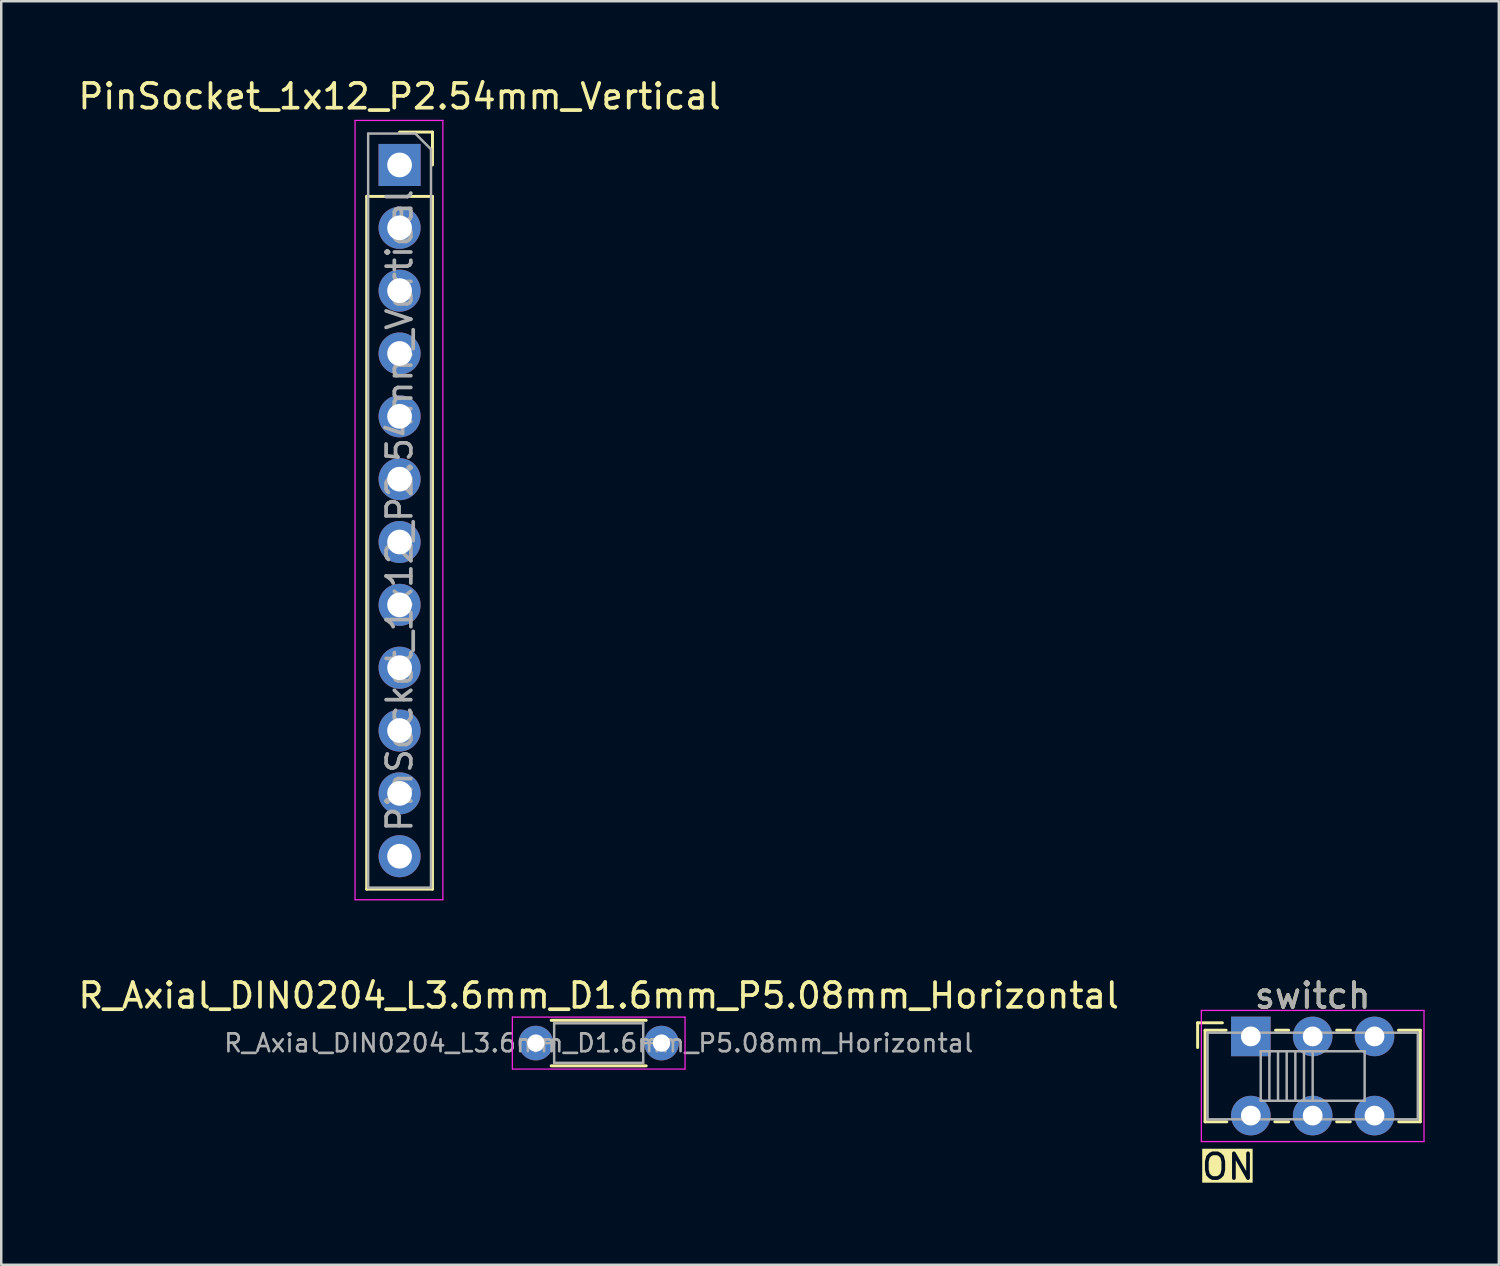
<source format=kicad_pcb>
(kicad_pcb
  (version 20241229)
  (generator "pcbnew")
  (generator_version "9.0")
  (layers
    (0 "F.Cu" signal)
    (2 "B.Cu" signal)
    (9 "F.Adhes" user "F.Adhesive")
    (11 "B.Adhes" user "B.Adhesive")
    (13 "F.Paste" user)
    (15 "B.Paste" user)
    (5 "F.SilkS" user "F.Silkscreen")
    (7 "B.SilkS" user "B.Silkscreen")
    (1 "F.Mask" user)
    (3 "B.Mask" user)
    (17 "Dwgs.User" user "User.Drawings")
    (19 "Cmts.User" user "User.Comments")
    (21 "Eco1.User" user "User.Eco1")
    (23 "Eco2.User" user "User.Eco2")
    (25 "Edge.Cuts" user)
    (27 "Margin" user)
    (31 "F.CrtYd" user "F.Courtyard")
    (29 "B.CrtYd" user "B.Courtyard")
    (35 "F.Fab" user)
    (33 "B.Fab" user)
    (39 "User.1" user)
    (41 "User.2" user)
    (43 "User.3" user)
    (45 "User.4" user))
  (footprint "PinSocket_1x12_P2.54mm_Vertical"
    (layer "F.Cu")
    (at 13.101 3.618)
    (property "Reference" "PinSocket_1x12_P2.54mm_Vertical" (at 0 -2.77 0) (layer "F.SilkS") (effects (font (size 1 1) (thickness 0.15))))
    (attr through_hole)
    (fp_line (start -1.33 1.27) (end -1.33 29.27) (stroke (width 0.12) (type solid)) (layer "F.SilkS"))
    (fp_line (start -1.33 1.27) (end 1.33 1.27) (stroke (width 0.12) (type solid)) (layer "F.SilkS"))
    (fp_line (start -1.33 29.27) (end 1.33 29.27) (stroke (width 0.12) (type solid)) (layer "F.SilkS"))
    (fp_line (start 0 -1.33) (end 1.33 -1.33) (stroke (width 0.12) (type solid)) (layer "F.SilkS"))
    (fp_line (start 1.33 -1.33) (end 1.33 0) (stroke (width 0.12) (type solid)) (layer "F.SilkS"))
    (fp_line (start 1.33 1.27) (end 1.33 29.27) (stroke (width 0.12) (type solid)) (layer "F.SilkS"))
    (fp_line (start -1.8 -1.8) (end 1.75 -1.8) (stroke (width 0.05) (type solid)) (layer "F.CrtYd"))
    (fp_line (start -1.8 29.7) (end -1.8 -1.8) (stroke (width 0.05) (type solid)) (layer "F.CrtYd"))
    (fp_line (start 1.75 -1.8) (end 1.75 29.7) (stroke (width 0.05) (type solid)) (layer "F.CrtYd"))
    (fp_line (start 1.75 29.7) (end -1.8 29.7) (stroke (width 0.05) (type solid)) (layer "F.CrtYd"))
    (fp_line (start -1.27 -1.27) (end 0.635 -1.27) (stroke (width 0.1) (type solid)) (layer "F.Fab"))
    (fp_line (start -1.27 29.21) (end -1.27 -1.27) (stroke (width 0.1) (type solid)) (layer "F.Fab"))
    (fp_line (start 0.635 -1.27) (end 1.27 -0.635) (stroke (width 0.1) (type solid)) (layer "F.Fab"))
    (fp_line (start 1.27 -0.635) (end 1.27 29.21) (stroke (width 0.1) (type solid)) (layer "F.Fab"))
    (fp_line (start 1.27 29.21) (end -1.27 29.21) (stroke (width 0.1) (type solid)) (layer "F.Fab"))
    (fp_text user "${REFERENCE}" (at 0 13.97 90) (layer "F.Fab") (effects (font (size 1 1) (thickness 0.15))))
    (pad "1" thru_hole rect (at 0 0) (size 1.7 1.7) (drill 1) (layers "*.Cu" "*.Mask"))
    (pad "2" thru_hole oval (at 0 2.54) (size 1.7 1.7) (drill 1) (layers "*.Cu" "*.Mask"))
    (pad "3" thru_hole oval (at 0 5.08) (size 1.7 1.7) (drill 1) (layers "*.Cu" "*.Mask"))
    (pad "4" thru_hole oval (at 0 7.62) (size 1.7 1.7) (drill 1) (layers "*.Cu" "*.Mask"))
    (pad "5" thru_hole oval (at 0 10.16) (size 1.7 1.7) (drill 1) (layers "*.Cu" "*.Mask"))
    (pad "6" thru_hole oval (at 0 12.7) (size 1.7 1.7) (drill 1) (layers "*.Cu" "*.Mask"))
    (pad "7" thru_hole oval (at 0 15.24) (size 1.7 1.7) (drill 1) (layers "*.Cu" "*.Mask"))
    (pad "8" thru_hole oval (at 0 17.78) (size 1.7 1.7) (drill 1) (layers "*.Cu" "*.Mask"))
    (pad "9" thru_hole oval (at 0 20.32) (size 1.7 1.7) (drill 1) (layers "*.Cu" "*.Mask"))
    (pad "10" thru_hole oval (at 0 22.86) (size 1.7 1.7) (drill 1) (layers "*.Cu" "*.Mask"))
    (pad "11" thru_hole oval (at 0 25.4) (size 1.7 1.7) (drill 1) (layers "*.Cu" "*.Mask"))
    (pad "12" thru_hole oval (at 0 27.94) (size 1.7 1.7) (drill 1) (layers "*.Cu" "*.Mask")))
  (footprint "switch"
    (layer "F.Cu")
    (at 47.508 38.842)
    (property "Reference" "switch" (at 2.5 -1.65 0) (layer "F.SilkS") (effects (font (size 1 1) (thickness 0.15))))
    (property "POWER" "ON" (at -0.922 5.27 0) (unlocked yes) (layer "F.SilkS" knockout) (effects (font (size 1 1) (thickness 0.15))))
    (attr through_hole)
    (fp_line (start -2.15 -0.55) (end -1.15 -0.55) (stroke (width 0.12) (type solid)) (layer "F.SilkS"))
    (fp_line (start -2.15 0.45) (end -2.15 -0.55) (stroke (width 0.12) (type solid)) (layer "F.SilkS"))
    (fp_line (start -1.85 -0.25) (end -1 -0.25) (stroke (width 0.12) (type solid)) (layer "F.SilkS"))
    (fp_line (start -1.85 3.45) (end -1.85 -0.25) (stroke (width 0.12) (type solid)) (layer "F.SilkS"))
    (fp_line (start -0.97 3.45) (end -1.85 3.45) (stroke (width 0.12) (type solid)) (layer "F.SilkS"))
    (fp_line (start 1 -0.25) (end 1.53 -0.25) (stroke (width 0.12) (type solid)) (layer "F.SilkS"))
    (fp_line (start 1.53 3.45) (end 0.97 3.45) (stroke (width 0.12) (type solid)) (layer "F.SilkS"))
    (fp_line (start 3.47 -0.25) (end 4.03 -0.25) (stroke (width 0.12) (type solid)) (layer "F.SilkS"))
    (fp_line (start 4.02 3.45) (end 3.47 3.45) (stroke (width 0.12) (type solid)) (layer "F.SilkS"))
    (fp_line (start 5.97 -0.25) (end 6.85 -0.25) (stroke (width 0.12) (type solid)) (layer "F.SilkS"))
    (fp_line (start 6.85 -0.25) (end 6.85 3.45) (stroke (width 0.12) (type solid)) (layer "F.SilkS"))
    (fp_line (start 6.85 3.45) (end 5.98 3.45) (stroke (width 0.12) (type solid)) (layer "F.SilkS"))
    (fp_line (start -2 -1.05) (end 7 -1.05) (stroke (width 0.05) (type solid)) (layer "F.CrtYd"))
    (fp_line (start -2 4.25) (end -2 -1.05) (stroke (width 0.05) (type solid)) (layer "F.CrtYd"))
    (fp_line (start 7 -1.05) (end 7 4.25) (stroke (width 0.05) (type solid)) (layer "F.CrtYd"))
    (fp_line (start 7 4.25) (end -2 4.25) (stroke (width 0.05) (type solid)) (layer "F.CrtYd"))
    (fp_line (start -1.75 -0.15) (end -1.75 3.35) (stroke (width 0.1) (type solid)) (layer "F.Fab"))
    (fp_line (start -1.75 -0.15) (end 6.75 -0.15) (stroke (width 0.1) (type solid)) (layer "F.Fab"))
    (fp_line (start 0.4 0.6) (end 0.4 2.6) (stroke (width 0.1) (type solid)) (layer "F.Fab"))
    (fp_line (start 0.4 0.6) (end 4.6 0.6) (stroke (width 0.1) (type solid)) (layer "F.Fab"))
    (fp_line (start 0.75 0.6) (end 0.75 2.6) (stroke (width 0.1) (type solid)) (layer "F.Fab"))
    (fp_line (start 1.1 0.6) (end 1.1 2.6) (stroke (width 0.1) (type solid)) (layer "F.Fab"))
    (fp_line (start 1.45 0.6) (end 1.45 2.6) (stroke (width 0.1) (type solid)) (layer "F.Fab"))
    (fp_line (start 1.8 0.6) (end 1.8 2.6) (stroke (width 0.1) (type solid)) (layer "F.Fab"))
    (fp_line (start 2.15 0.6) (end 2.15 2.6) (stroke (width 0.1) (type solid)) (layer "F.Fab"))
    (fp_line (start 2.5 0.6) (end 2.5 2.6) (stroke (width 0.1) (type solid)) (layer "F.Fab"))
    (fp_line (start 4.6 0.6) (end 4.6 2.6) (stroke (width 0.1) (type solid)) (layer "F.Fab"))
    (fp_line (start 4.6 2.6) (end 0.4 2.6) (stroke (width 0.1) (type solid)) (layer "F.Fab"))
    (fp_line (start 6.75 -0.15) (end 6.75 3.35) (stroke (width 0.1) (type solid)) (layer "F.Fab"))
    (fp_line (start 6.75 3.35) (end -1.75 3.35) (stroke (width 0.1) (type solid)) (layer "F.Fab"))
    (fp_text user "${REFERENCE}" (at 2.5 -1.65 0) (layer "F.Fab") (effects (font (size 1 1) (thickness 0.15))))
    (pad "1" thru_hole rect (at 0 0) (size 1.6 1.6) (drill 0.8) (layers "*.Cu" "*.Mask"))
    (pad "1" thru_hole circle (at 0 3.2) (size 1.6 1.6) (drill 0.8) (layers "*.Cu" "*.Mask"))
    (pad "2" thru_hole circle (at 2.5 0) (size 1.6 1.6) (drill 0.8) (layers "*.Cu" "*.Mask"))
    (pad "2" thru_hole circle (at 2.5 3.2) (size 1.6 1.6) (drill 0.8) (layers "*.Cu" "*.Mask"))
    (pad "3" thru_hole circle (at 5 0) (size 1.6 1.6) (drill 0.8) (layers "*.Cu" "*.Mask"))
    (pad "3" thru_hole circle (at 5 3.2) (size 1.6 1.6) (drill 0.8) (layers "*.Cu" "*.Mask")))
  (footprint "R_Axial_DIN0204_L3.6mm_D1.6mm_P5.08mm_Horizontal"
    (layer "F.Cu")
    (at 18.609 39.111)
    (property "Reference" "R_Axial_DIN0204_L3.6mm_D1.6mm_P5.08mm_Horizontal" (at 2.54 -1.92 0) (layer "F.SilkS") (effects (font (size 1 1) (thickness 0.15))))
    (attr through_hole)
    (fp_line (start 0.62 -0.92) (end 4.46 -0.92) (stroke (width 0.12) (type solid)) (layer "F.SilkS"))
    (fp_line (start 0.62 0.92) (end 4.46 0.92) (stroke (width 0.12) (type solid)) (layer "F.SilkS"))
    (fp_line (start -0.95 -1.05) (end -0.95 1.05) (stroke (width 0.05) (type solid)) (layer "F.CrtYd"))
    (fp_line (start -0.95 1.05) (end 6.03 1.05) (stroke (width 0.05) (type solid)) (layer "F.CrtYd"))
    (fp_line (start 6.03 -1.05) (end -0.95 -1.05) (stroke (width 0.05) (type solid)) (layer "F.CrtYd"))
    (fp_line (start 6.03 1.05) (end 6.03 -1.05) (stroke (width 0.05) (type solid)) (layer "F.CrtYd"))
    (fp_line (start 0 0) (end 0.74 0) (stroke (width 0.1) (type solid)) (layer "F.Fab"))
    (fp_line (start 0.74 -0.8) (end 0.74 0.8) (stroke (width 0.1) (type solid)) (layer "F.Fab"))
    (fp_line (start 0.74 0.8) (end 4.34 0.8) (stroke (width 0.1) (type solid)) (layer "F.Fab"))
    (fp_line (start 4.34 -0.8) (end 0.74 -0.8) (stroke (width 0.1) (type solid)) (layer "F.Fab"))
    (fp_line (start 4.34 0.8) (end 4.34 -0.8) (stroke (width 0.1) (type solid)) (layer "F.Fab"))
    (fp_line (start 5.08 0) (end 4.34 0) (stroke (width 0.1) (type solid)) (layer "F.Fab"))
    (fp_text user "${REFERENCE}" (at 2.54 0 0) (layer "F.Fab") (effects (font (size 0.72 0.72) (thickness 0.108))))
    (pad "1" thru_hole circle (at 0 0) (size 1.4 1.4) (drill 0.7) (layers "*.Cu" "*.Mask"))
    (pad "2" thru_hole oval (at 5.08 0) (size 1.4 1.4) (drill 0.7) (layers "*.Cu" "*.Mask")))
  (gr_rect
    (start -3 -3)
    (end 57.533 48.071)
    (stroke (width 0.1) (type default))
    (fill no)
    (layer "Edge.Cuts")))
</source>
